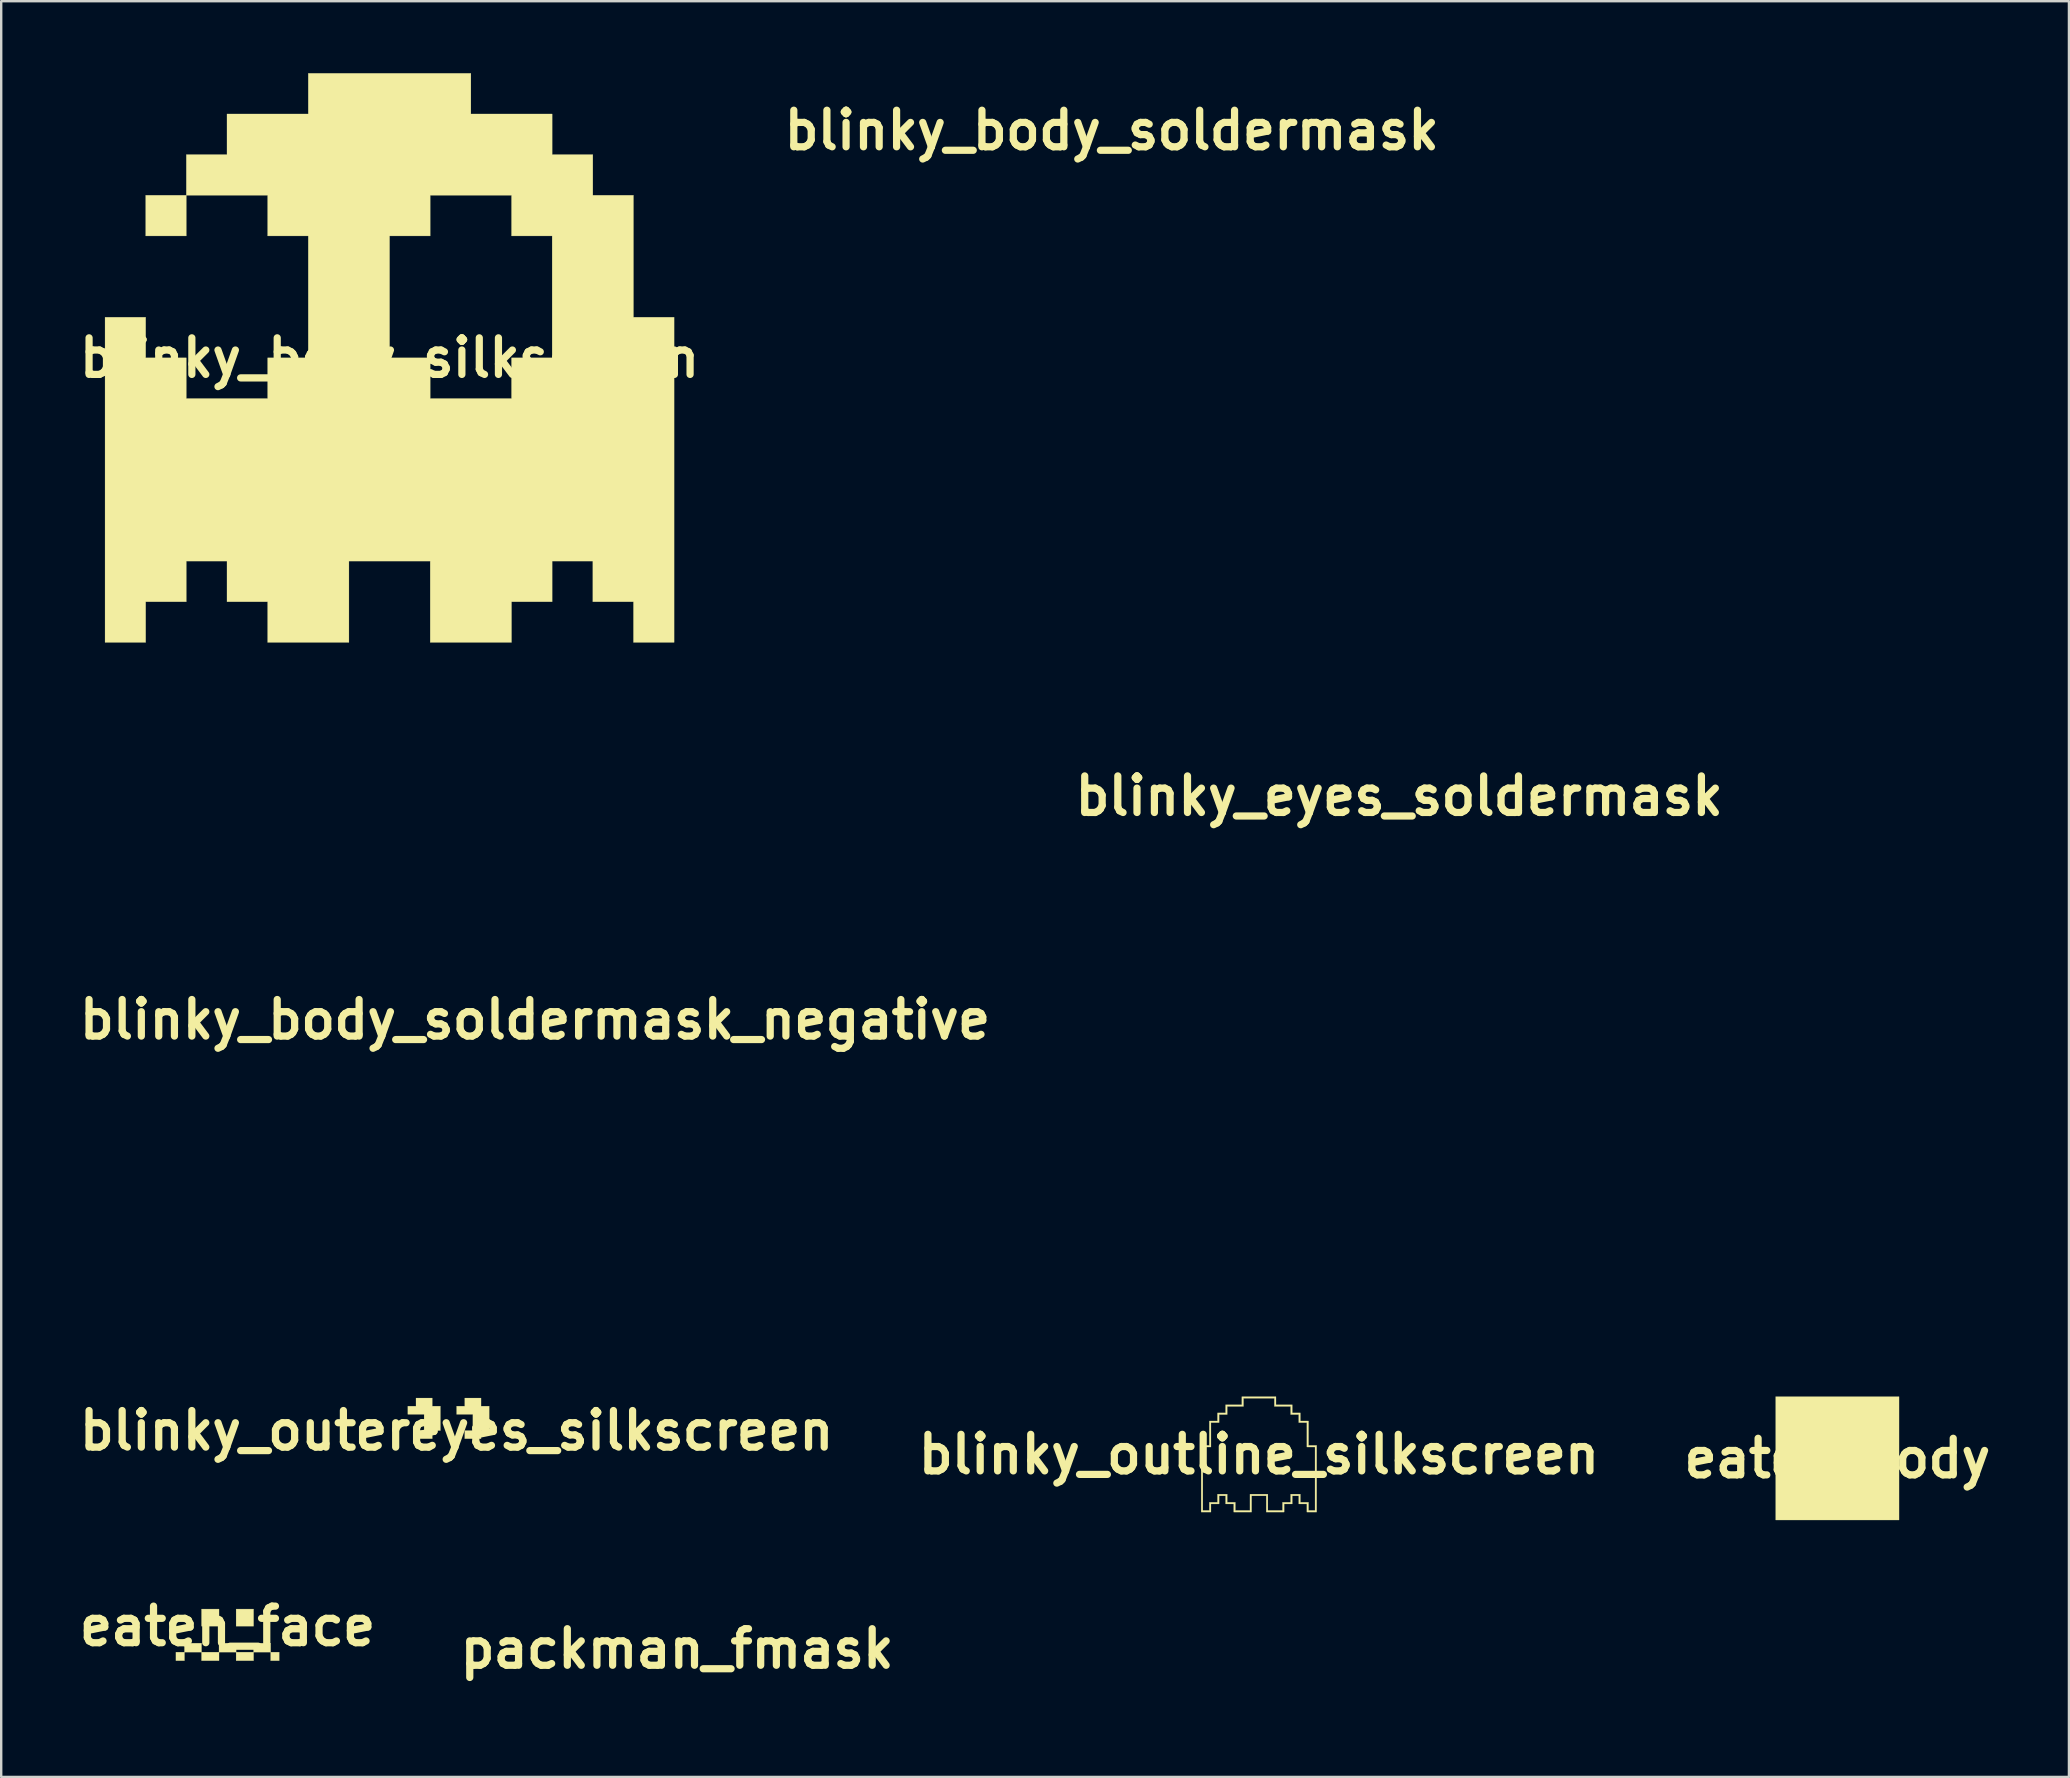
<source format=kicad_pcb>
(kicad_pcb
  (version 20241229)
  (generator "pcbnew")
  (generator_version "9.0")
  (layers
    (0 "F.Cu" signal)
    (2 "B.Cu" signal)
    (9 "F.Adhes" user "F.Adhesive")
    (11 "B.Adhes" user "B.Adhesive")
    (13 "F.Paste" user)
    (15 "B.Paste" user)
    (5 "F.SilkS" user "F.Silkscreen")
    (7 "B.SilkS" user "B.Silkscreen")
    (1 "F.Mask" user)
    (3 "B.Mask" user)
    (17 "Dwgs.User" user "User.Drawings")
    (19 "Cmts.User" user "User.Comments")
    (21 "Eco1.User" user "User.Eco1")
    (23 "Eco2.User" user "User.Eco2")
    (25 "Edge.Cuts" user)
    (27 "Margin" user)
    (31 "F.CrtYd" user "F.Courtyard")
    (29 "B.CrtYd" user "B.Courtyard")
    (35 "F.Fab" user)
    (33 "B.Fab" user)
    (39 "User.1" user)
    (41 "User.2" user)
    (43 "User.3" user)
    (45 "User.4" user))
  (footprint "blinky_body_silkscreen"
    (layer "F.Cu")
    (at 13.179 11.858)
    (property "Reference" "blinky_body_silkscreen" (at 0 0 0) (layer "F.SilkS") (effects (font (size 1.524 1.524) (thickness 0.3))))
    (attr through_hole)
    (fp_poly (pts (xy -8.467 -5.08) (xy -10.16 -5.08) (xy -10.16 -6.773) (xy -8.467 -6.773) (xy -8.467 -5.08)) (stroke (width 0.01) (type solid)) (fill yes) (layer "F.SilkS"))
    (fp_poly (pts (xy -8.467 -8.467) (xy -6.773 -8.467) (xy -6.773 -10.16) (xy -3.387 -10.16) (xy -3.387 -11.853) (xy 3.387 -11.853) (xy 3.387 -10.16) (xy 6.773 -10.16) (xy 6.773 -8.467) (xy 8.467 -8.467) (xy 8.467 -6.773) (xy 10.16 -6.773) (xy 10.16 -1.693) (xy 11.853 -1.693) (xy 11.853 11.853) (xy 10.16 11.853) (xy 10.16 10.16) (xy 8.467 10.16) (xy 8.467 8.467) (xy 6.773 8.467) (xy 6.773 10.16) (xy 5.08 10.16) (xy 5.08 11.853) (xy 1.693 11.853) (xy 1.693 8.467) (xy -1.693 8.467) (xy -1.693 11.853) (xy -5.08 11.853) (xy -5.08 10.16) (xy -6.773 10.16) (xy -6.773 8.467) (xy -8.467 8.467) (xy -8.467 10.16) (xy -10.16 10.16) (xy -10.16 11.853) (xy -11.853 11.853) (xy -11.853 -1.693) (xy -10.16 -1.693) (xy -10.16 0) (xy -8.467 0) (xy -8.467 1.693) (xy -5.08 1.693) (xy -5.08 0) (xy -3.387 0) (xy -3.387 -5.08) (xy 0 -5.08) (xy 0 0) (xy 1.693 0) (xy 1.693 1.693) (xy 5.08 1.693) (xy 5.08 0) (xy 6.773 0) (xy 6.773 -5.08) (xy 5.08 -5.08) (xy 5.08 -6.773) (xy 1.693 -6.773) (xy 1.693 -5.08) (xy 0 -5.08) (xy -3.387 -5.08) (xy -5.08 -5.08) (xy -5.08 -6.773) (xy -8.467 -6.773) (xy -8.467 -8.467)) (stroke (width 0.01) (type solid)) (fill yes) (layer "F.SilkS")))
  (footprint "blinky_body_soldermask_negative"
    (layer "F.Cu")
    (at 19.239 39.422)
    (property "Reference" "blinky_body_soldermask_negative" (at 0 0 0) (layer "F.SilkS") (effects (font (size 1.524 1.524) (thickness 0.3))))
    (attr through_hole)
    (fp_poly (pts (xy 5.08 -5.08) (xy 6.773 -5.08) (xy 6.773 0) (xy 5.08 0) (xy 5.08 1.693) (xy 1.693 1.693) (xy 1.693 0) (xy 0 0) (xy 0 -5.08) (xy 1.693 -5.08) (xy 1.693 -6.773) (xy 5.08 -6.773) (xy 5.08 -5.08)) (stroke (width 0.01) (type solid)) (fill yes) (layer "F.Mask"))
    (fp_poly (pts (xy 12.7 12.7) (xy -12.7 12.7) (xy -12.7 -1.693) (xy -11.853 -1.693) (xy -11.853 11.853) (xy -10.16 11.853) (xy -10.16 10.16) (xy -8.467 10.16) (xy -8.467 8.467) (xy -6.773 8.467) (xy -6.773 10.16) (xy -5.08 10.16) (xy -5.08 11.853) (xy -1.693 11.853) (xy -1.693 8.467) (xy 1.693 8.467) (xy 1.693 11.853) (xy 5.08 11.853) (xy 5.08 10.16) (xy 6.773 10.16) (xy 6.773 8.467) (xy 8.467 8.467) (xy 8.467 10.16) (xy 10.16 10.16) (xy 10.16 11.853) (xy 11.853 11.853) (xy 11.853 -1.693) (xy 10.16 -1.693) (xy 10.16 -6.773) (xy 8.467 -6.773) (xy 8.467 -8.467) (xy 6.773 -8.467) (xy 6.773 -10.16) (xy 3.387 -10.16) (xy 3.387 -11.853) (xy -3.387 -11.853) (xy -3.387 -10.16) (xy -6.773 -10.16) (xy -6.773 -8.467) (xy -8.467 -8.467) (xy -8.467 -6.773) (xy -5.08 -6.773) (xy -5.08 -5.08) (xy -3.387 -5.08) (xy -3.387 0) (xy -5.08 0) (xy -5.08 1.693) (xy -8.467 1.693) (xy -8.467 0) (xy -10.16 0) (xy -10.16 -1.693) (xy -11.853 -1.693) (xy -12.7 -1.693) (xy -12.7 -6.773) (xy -10.16 -6.773) (xy -10.16 -5.08) (xy -8.467 -5.08) (xy -8.467 -6.773) (xy -10.16 -6.773) (xy -12.7 -6.773) (xy -12.7 -12.7) (xy 12.7 -12.7) (xy 12.7 12.7)) (stroke (width 0.01) (type solid)) (fill yes) (layer "F.Mask")))
  (footprint "packman_fmask"
    (layer "F.Cu")
    (at 25.156 65.633)
    (property "Reference" "packman_fmask" (at 0 0 0) (layer "F.SilkS") (effects (font (size 1.524 1.524) (thickness 0.3))))
    (attr through_hole)
    (fp_poly (pts (xy 0.864 -1.93) (xy 1.066 -1.93) (xy 1.268 -1.93) (xy 1.279 -1.839) (xy 1.283 -1.78) (xy 1.282 -1.73) (xy 1.279 -1.711) (xy 1.274 -1.673) (xy 1.276 -1.618) (xy 1.279 -1.591) (xy 1.29 -1.507) (xy 1.71 -1.507) (xy 1.71 -1.084) (xy 2.134 -1.084) (xy 2.134 1.067) (xy 1.71 1.067) (xy 1.71 1.49) (xy 1.291 1.49) (xy 1.279 1.581) (xy 1.275 1.642) (xy 1.276 1.696) (xy 1.279 1.717) (xy 1.284 1.762) (xy 1.282 1.82) (xy 1.279 1.837) (xy 1.268 1.913) (xy 0.864 1.913) (xy 0.864 2.337) (xy -1.283 2.337) (xy -1.28 2.125) (xy -1.277 1.913) (xy -1.71 1.913) (xy -1.71 1.49) (xy -2.134 1.49) (xy -2.134 1.033) (xy -1.29 1.033) (xy -1.279 0.949) (xy -1.274 0.892) (xy -1.276 0.844) (xy -1.279 0.829) (xy -1.283 0.791) (xy -1.282 0.736) (xy -1.279 0.701) (xy -1.268 0.61) (xy -0.44 0.61) (xy -0.44 0.186) (xy 0.406 0.186) (xy 0.406 -0.203) (xy -0.44 -0.203) (xy -0.44 -0.627) (xy -1.268 -0.627) (xy -1.279 -0.703) (xy -1.284 -0.76) (xy -1.282 -0.812) (xy -1.279 -0.823) (xy -1.275 -0.866) (xy -1.276 -0.925) (xy -1.279 -0.959) (xy -1.291 -1.05) (xy -2.134 -1.05) (xy -2.134 -1.507) (xy -1.71 -1.507) (xy -1.71 -1.93) (xy -1.494 -1.93) (xy -1.277 -1.93) (xy -1.281 -2.142) (xy -1.284 -2.354) (xy 0.864 -2.354) (xy 0.864 -1.93)) (stroke (width 0.01) (type solid)) (fill yes) (layer "F.Mask")))
  (footprint "blinky_outline_silkscreen"
    (layer "F.Cu")
    (at 49.395 57.536)
    (property "Reference" "blinky_outline_silkscreen" (at 0 0 0) (layer "F.SilkS") (effects (font (size 1.524 1.524) (thickness 0.3))))
    (attr through_hole)
    (fp_poly (pts (xy 0.711 -2.066) (xy 1.389 -2.066) (xy 1.389 -1.727) (xy 1.727 -1.727) (xy 1.727 -1.389) (xy 2.066 -1.389) (xy 2.066 -0.373) (xy 2.405 -0.373) (xy 2.405 2.405) (xy 1.998 2.405) (xy 1.998 2.066) (xy 1.659 2.066) (xy 1.659 1.727) (xy 1.389 1.727) (xy 1.389 2.066) (xy 1.05 2.066) (xy 1.05 2.405) (xy 0.305 2.405) (xy 0.305 1.727) (xy -0.305 1.727) (xy -0.305 2.405) (xy -1.05 2.405) (xy -1.05 2.066) (xy -1.389 2.066) (xy -1.389 1.727) (xy -1.659 1.727) (xy -1.659 2.066) (xy -1.998 2.066) (xy -1.998 2.405) (xy -2.405 2.405) (xy -2.405 -0.305) (xy -2.337 -0.305) (xy -2.337 2.337) (xy -2.066 2.337) (xy -2.066 1.998) (xy -1.727 1.998) (xy -1.727 1.659) (xy -1.321 1.659) (xy -1.321 1.998) (xy -0.982 1.998) (xy -0.982 2.337) (xy -0.373 2.337) (xy -0.373 1.659) (xy 0.373 1.659) (xy 0.373 2.337) (xy 0.982 2.337) (xy 0.982 1.998) (xy 1.321 1.998) (xy 1.321 1.659) (xy 1.727 1.659) (xy 1.727 1.998) (xy 2.066 1.998) (xy 2.066 2.337) (xy 2.337 2.337) (xy 2.337 -0.305) (xy 1.998 -0.305) (xy 1.998 -1.321) (xy 1.659 -1.321) (xy 1.659 -1.659) (xy 1.321 -1.659) (xy 1.321 -1.998) (xy 0.643 -1.998) (xy 0.643 -2.337) (xy -0.643 -2.337) (xy -0.643 -1.998) (xy -1.321 -1.998) (xy -1.321 -1.659) (xy -1.659 -1.659) (xy -1.659 -1.321) (xy -1.998 -1.321) (xy -1.998 -0.305) (xy -2.337 -0.305) (xy -2.405 -0.305) (xy -2.405 -0.373) (xy -2.066 -0.373) (xy -2.066 -1.389) (xy -1.727 -1.389) (xy -1.727 -1.727) (xy -1.389 -1.727) (xy -1.389 -2.066) (xy -0.711 -2.066) (xy -0.711 -2.405) (xy 0.711 -2.405) (xy 0.711 -2.066)) (stroke (width 0.01) (type solid)) (fill yes) (layer "F.SilkS")))
  (footprint "blinky_eyes_soldermask"
    (layer "F.Cu")
    (at 55.237 30.108)
    (property "Reference" "blinky_eyes_soldermask" (at 0 0 0) (layer "F.SilkS") (effects (font (size 1.524 1.524) (thickness 0.3))))
    (attr through_hole)
    (fp_poly (pts (xy -6.773 0) (xy -10.16 0) (xy -10.16 -3.387) (xy -6.773 -3.387) (xy -6.773 0)) (stroke (width 0.01) (type solid)) (fill yes) (layer "F.Mask"))
    (fp_poly (pts (xy 3.387 0) (xy 0 0) (xy 0 -3.387) (xy 3.387 -3.387) (xy 3.387 0)) (stroke (width 0.01) (type solid)) (fill yes) (layer "F.Mask")))
  (footprint "eaten_face"
    (layer "F.Cu")
    (at 6.43 64.693)
    (property "Reference" "eaten_face" (at 0 0 0) (layer "F.SilkS") (effects (font (size 1.524 1.524) (thickness 0.3))))
    (attr through_hole)
    (fp_poly (pts (xy -1.795 1.084) (xy -1.795 0.711) (xy -1.084 0.711) (xy -1.084 1.084) (xy -1.795 1.084)) (stroke (width 0.01) (type solid)) (fill yes) (layer "F.SilkS"))
    (fp_poly (pts (xy -1.795 1.439) (xy -2.151 1.439) (xy -2.151 1.084) (xy -1.795 1.084) (xy -1.795 1.439)) (stroke (width 0.01) (type solid)) (fill yes) (layer "F.SilkS"))
    (fp_poly (pts (xy -0.356 0) (xy -1.084 0) (xy -1.084 -0.711) (xy -0.356 -0.711) (xy -0.356 0)) (stroke (width 0.01) (type solid)) (fill yes) (layer "F.SilkS"))
    (fp_poly (pts (xy -0.356 1.084) (xy -0.356 0.711) (xy 0.356 0.711) (xy 0.356 1.084) (xy -0.356 1.084)) (stroke (width 0.01) (type solid)) (fill yes) (layer "F.SilkS"))
    (fp_poly (pts (xy -0.356 1.439) (xy -1.084 1.439) (xy -1.084 1.084) (xy -0.356 1.084) (xy -0.356 1.439)) (stroke (width 0.01) (type solid)) (fill yes) (layer "F.SilkS"))
    (fp_poly (pts (xy 1.084 0) (xy 0.356 0) (xy 0.356 -0.711) (xy 1.084 -0.711) (xy 1.084 0)) (stroke (width 0.01) (type solid)) (fill yes) (layer "F.SilkS"))
    (fp_poly (pts (xy 1.084 0.711) (xy 1.795 0.711) (xy 1.795 1.084) (xy 1.084 1.084) (xy 1.084 0.711)) (stroke (width 0.01) (type solid)) (fill yes) (layer "F.SilkS"))
    (fp_poly (pts (xy 1.084 1.439) (xy 0.356 1.439) (xy 0.356 1.084) (xy 1.084 1.084) (xy 1.084 1.439)) (stroke (width 0.01) (type solid)) (fill yes) (layer "F.SilkS"))
    (fp_poly (pts (xy 2.151 1.439) (xy 1.795 1.439) (xy 1.795 1.084) (xy 2.151 1.084) (xy 2.151 1.439)) (stroke (width 0.01) (type solid)) (fill yes) (layer "F.SilkS")))
  (footprint "blinky_body_soldermask"
    (layer "F.Cu")
    (at 43.263 2.376)
    (property "Reference" "blinky_body_soldermask" (at 0 0 0) (layer "F.SilkS") (effects (font (size 1.524 1.524) (thickness 0.3))))
    (attr through_hole)
    (fp_poly (pts (xy -1.693 -1.016) (xy -2.032 -1.016) (xy -2.032 -1.355) (xy -1.693 -1.355) (xy -1.693 -1.016)) (stroke (width 0.01) (type solid)) (fill yes) (layer "F.Mask"))
    (fp_poly (pts (xy -1.693 -1.693) (xy -1.355 -1.693) (xy -1.355 -2.032) (xy -0.677 -2.032) (xy -0.677 -2.371) (xy 0.677 -2.371) (xy 0.677 -2.032) (xy 1.355 -2.032) (xy 1.355 -1.693) (xy 1.693 -1.693) (xy 1.693 -1.355) (xy 2.032 -1.355) (xy 2.032 -0.339) (xy 2.371 -0.339) (xy 2.371 2.371) (xy 2.032 2.371) (xy 2.032 2.032) (xy 1.693 2.032) (xy 1.693 1.693) (xy 1.355 1.693) (xy 1.355 2.032) (xy 1.016 2.032) (xy 1.016 2.371) (xy 0.339 2.371) (xy 0.339 1.693) (xy -0.339 1.693) (xy -0.339 2.371) (xy -1.016 2.371) (xy -1.016 2.032) (xy -1.355 2.032) (xy -1.355 1.693) (xy -1.693 1.693) (xy -1.693 2.032) (xy -2.032 2.032) (xy -2.032 2.371) (xy -2.371 2.371) (xy -2.371 -0.339) (xy -2.032 -0.339) (xy -2.032 0) (xy -1.693 0) (xy -1.693 0.339) (xy -1.016 0.339) (xy -1.016 0) (xy -0.677 0) (xy -0.677 -1.016) (xy 0 -1.016) (xy 0 0) (xy 0.339 0) (xy 0.339 0.339) (xy 1.016 0.339) (xy 1.016 0) (xy 1.355 0) (xy 1.355 -1.016) (xy 1.016 -1.016) (xy 1.016 -1.355) (xy 0.339 -1.355) (xy 0.339 -1.016) (xy 0 -1.016) (xy -0.677 -1.016) (xy -1.016 -1.016) (xy -1.016 -1.355) (xy -1.693 -1.355) (xy -1.693 -1.693)) (stroke (width 0.01) (type solid)) (fill yes) (layer "F.Mask")))
  (footprint "eaten_body"
    (layer "F.Cu")
    (at 73.492 57.701)
    (property "Reference" "eaten_body" (at 0 0 0) (layer "F.SilkS") (effects (font (size 1.524 1.524) (thickness 0.3))))
    (attr through_hole)
    (fp_poly (pts (xy 2.569 2.569) (xy -2.569 2.569) (xy -2.569 -2.569) (xy 2.569 -2.569) (xy 2.569 2.569)) (stroke (width 0.01) (type solid)) (fill yes) (layer "F.SilkS")))
  (footprint "blinky_outereyes_silkscreen"
    (layer "F.Cu")
    (at 15.973 56.545)
    (property "Reference" "blinky_outereyes_silkscreen" (at 0 0 0) (layer "F.SilkS") (effects (font (size 1.524 1.524) (thickness 0.3))))
    (attr through_hole)
    (fp_poly (pts (xy -1.016 -1.016) (xy -0.677 -1.016) (xy -0.677 0) (xy -1.016 0) (xy -1.016 0.339) (xy -1.693 0.339) (xy -1.693 0) (xy -1.355 0) (xy -1.355 -0.677) (xy -2.032 -0.677) (xy -2.032 -1.016) (xy -1.693 -1.016) (xy -1.693 -1.355) (xy -1.016 -1.355) (xy -1.016 -1.016)) (stroke (width 0.01) (type solid)) (fill yes) (layer "F.SilkS"))
    (fp_poly (pts (xy 1.016 -1.016) (xy 1.355 -1.016) (xy 1.355 0) (xy 1.016 0) (xy 1.016 0.339) (xy 0.339 0.339) (xy 0.339 0) (xy 0.677 0) (xy 0.677 -0.677) (xy 0 -0.677) (xy 0 -1.016) (xy 0.339 -1.016) (xy 0.339 -1.355) (xy 1.016 -1.355) (xy 1.016 -1.016)) (stroke (width 0.01) (type solid)) (fill yes) (layer "F.SilkS")))
  (gr_rect
    (start -3 -3)
    (end 83.139 70.975)
    (stroke (width 0.1) (type default))
    (fill no)
    (layer "Edge.Cuts")))
</source>
